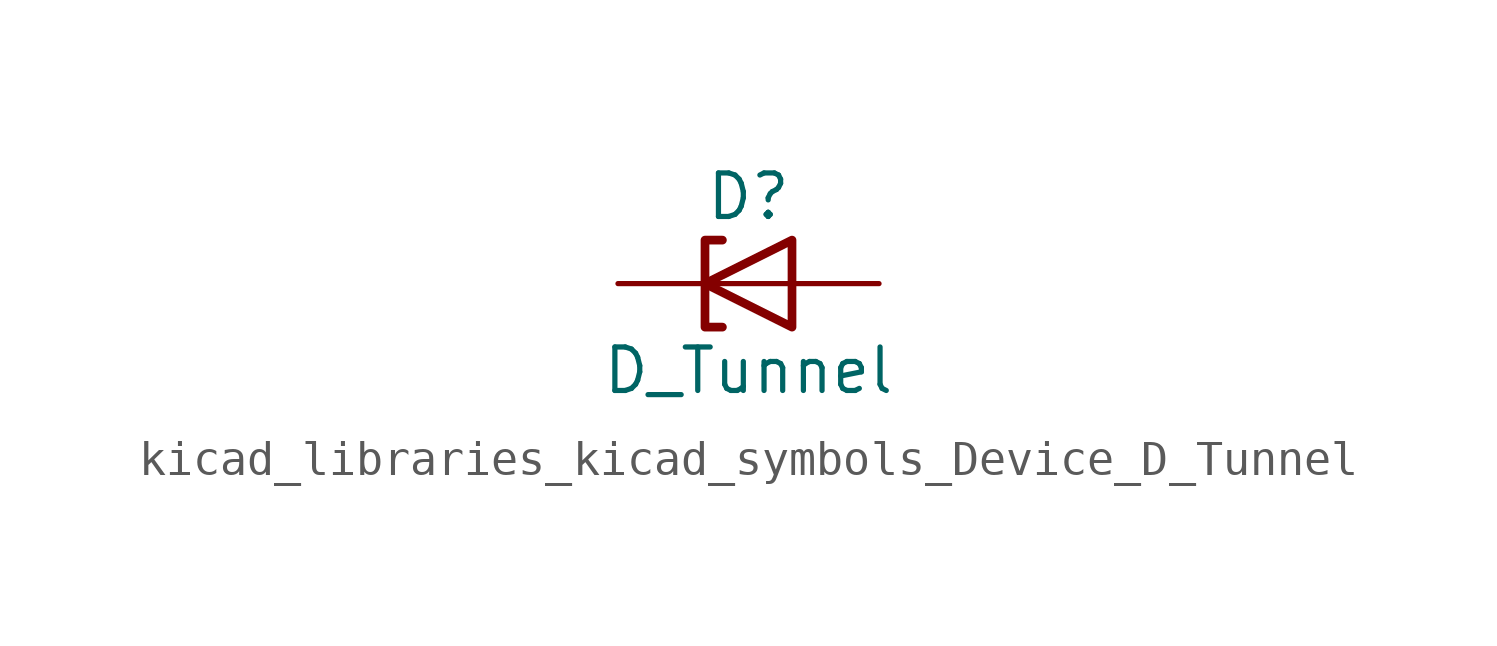
<source format=kicad_sym>
(kicad_symbol_lib
  (version 20220914)
  (generator kicad_symbol_editor)
  (symbol "kicad_libraries_kicad_symbols_Device_D_Tunnel"
    (pin_numbers hide)
    (pin_names
      (offset 1.016) hide)
    (property "Reference" "D"
      (at 0 2.54 0)
      (effects (font (size 1.27 1.27))))
    (property "Value" "D_Tunnel"
      (at 0 -2.54 0)
      (effects (font (size 1.27 1.27))))
    (symbol "kicad_libraries_kicad_symbols_Device_D_Tunnel_0_1"
      (polyline (pts (xy 1.27 0) (xy -1.27 0)) (stroke (width 0) (type default)) (fill (type none)))
      (polyline (pts (xy -0.762 1.27) (xy -1.27 1.27) (xy -1.27 -1.27) (xy -0.762 -1.27)) (stroke (width 0.254) (type default)) (fill (type none)))
      (polyline (pts (xy 1.27 -1.27) (xy 1.27 1.27) (xy -1.27 0) (xy 1.27 -1.27)) (stroke (width 0.254) (type default)) (fill (type none))))
    (symbol "kicad_libraries_kicad_symbols_Device_D_Tunnel_1_1"
      (pin passive line (at -3.81 0 0) (length 2.54) (name "K" (effects (font (size 1.27 1.27)))) (number "1" (effects (font (size 1.27 1.27)))))
      (pin passive line (at 3.81 0 180) (length 2.54) (name "A" (effects (font (size 1.27 1.27)))) (number "2" (effects (font (size 1.27 1.27))))))))
</source>
